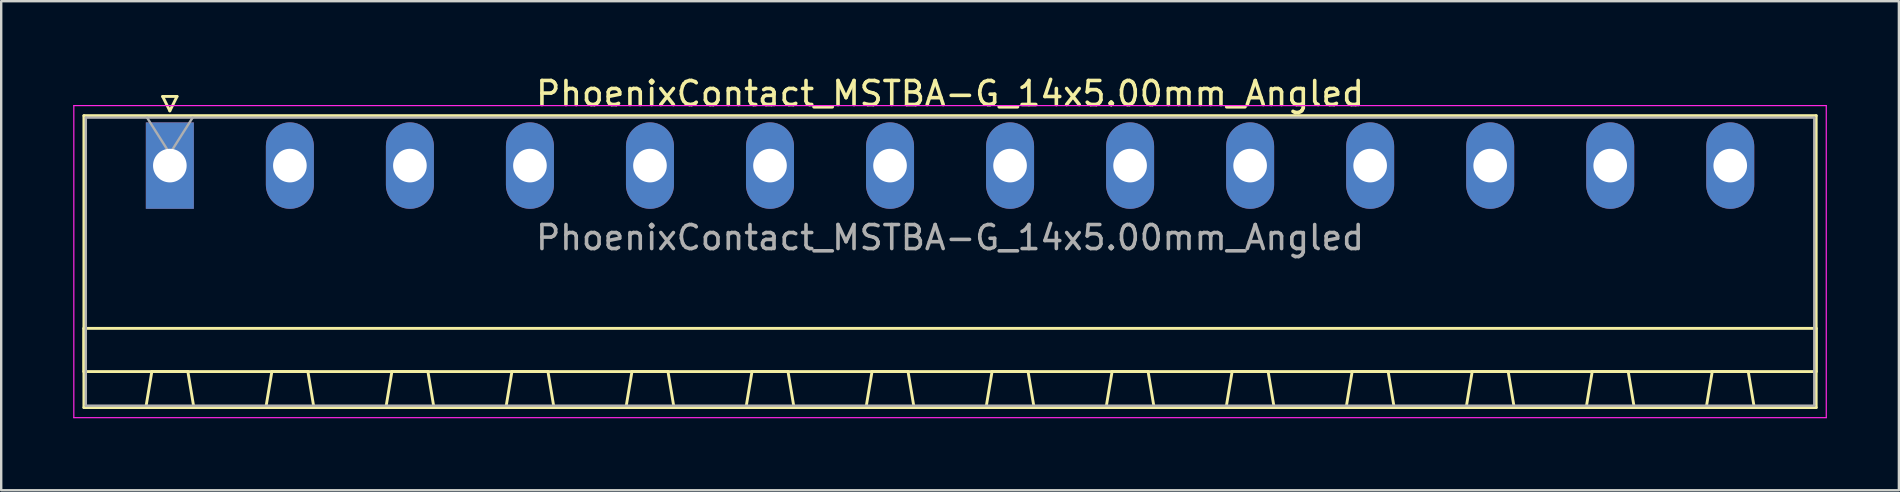
<source format=kicad_pcb>
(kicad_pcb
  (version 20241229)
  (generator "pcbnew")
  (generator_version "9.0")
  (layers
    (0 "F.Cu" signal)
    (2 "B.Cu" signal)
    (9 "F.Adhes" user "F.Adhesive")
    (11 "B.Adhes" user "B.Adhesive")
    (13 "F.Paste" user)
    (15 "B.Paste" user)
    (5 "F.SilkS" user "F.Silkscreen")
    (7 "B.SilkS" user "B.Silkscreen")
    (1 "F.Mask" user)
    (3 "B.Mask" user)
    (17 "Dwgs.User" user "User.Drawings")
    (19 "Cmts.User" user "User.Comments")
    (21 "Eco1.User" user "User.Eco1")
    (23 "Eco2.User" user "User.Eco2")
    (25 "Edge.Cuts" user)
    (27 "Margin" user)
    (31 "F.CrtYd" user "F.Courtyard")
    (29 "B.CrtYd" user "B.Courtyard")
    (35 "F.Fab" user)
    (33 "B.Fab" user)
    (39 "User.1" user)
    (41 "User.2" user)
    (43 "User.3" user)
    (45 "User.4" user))
  (footprint "PhoenixContact_MSTBA-G_14x5.00mm_Angled"
    (layer "F.Cu")
    (at 4.025 3.848)
    (property "Reference" "PhoenixContact_MSTBA-G_14x5.00mm_Angled" (at 32.5 -3 0) (layer "F.SilkS") (effects (font (size 1 1) (thickness 0.15))))
    (attr through_hole)
    (fp_line (start -3.58 -2.08) (end -3.58 10.08) (stroke (width 0.12) (type solid)) (layer "F.SilkS"))
    (fp_line (start -3.58 6.78) (end 68.58 6.78) (stroke (width 0.12) (type solid)) (layer "F.SilkS"))
    (fp_line (start -3.58 8.58) (end -3.58 6.78) (stroke (width 0.12) (type solid)) (layer "F.SilkS"))
    (fp_line (start -3.58 10.08) (end 68.58 10.08) (stroke (width 0.12) (type solid)) (layer "F.SilkS"))
    (fp_line (start -1 10.08) (end 1 10.08) (stroke (width 0.12) (type solid)) (layer "F.SilkS"))
    (fp_line (start -0.75 8.58) (end -1 10.08) (stroke (width 0.12) (type solid)) (layer "F.SilkS"))
    (fp_line (start -0.3 -2.88) (end 0.3 -2.88) (stroke (width 0.12) (type solid)) (layer "F.SilkS"))
    (fp_line (start 0 -2.28) (end -0.3 -2.88) (stroke (width 0.12) (type solid)) (layer "F.SilkS"))
    (fp_line (start 0.3 -2.88) (end 0 -2.28) (stroke (width 0.12) (type solid)) (layer "F.SilkS"))
    (fp_line (start 0.75 8.58) (end -0.75 8.58) (stroke (width 0.12) (type solid)) (layer "F.SilkS"))
    (fp_line (start 1 10.08) (end 0.75 8.58) (stroke (width 0.12) (type solid)) (layer "F.SilkS"))
    (fp_line (start 4 10.08) (end 6 10.08) (stroke (width 0.12) (type solid)) (layer "F.SilkS"))
    (fp_line (start 4.25 8.58) (end 4 10.08) (stroke (width 0.12) (type solid)) (layer "F.SilkS"))
    (fp_line (start 5.75 8.58) (end 4.25 8.58) (stroke (width 0.12) (type solid)) (layer "F.SilkS"))
    (fp_line (start 6 10.08) (end 5.75 8.58) (stroke (width 0.12) (type solid)) (layer "F.SilkS"))
    (fp_line (start 9 10.08) (end 11 10.08) (stroke (width 0.12) (type solid)) (layer "F.SilkS"))
    (fp_line (start 9.25 8.58) (end 9 10.08) (stroke (width 0.12) (type solid)) (layer "F.SilkS"))
    (fp_line (start 10.75 8.58) (end 9.25 8.58) (stroke (width 0.12) (type solid)) (layer "F.SilkS"))
    (fp_line (start 11 10.08) (end 10.75 8.58) (stroke (width 0.12) (type solid)) (layer "F.SilkS"))
    (fp_line (start 14 10.08) (end 16 10.08) (stroke (width 0.12) (type solid)) (layer "F.SilkS"))
    (fp_line (start 14.25 8.58) (end 14 10.08) (stroke (width 0.12) (type solid)) (layer "F.SilkS"))
    (fp_line (start 15.75 8.58) (end 14.25 8.58) (stroke (width 0.12) (type solid)) (layer "F.SilkS"))
    (fp_line (start 16 10.08) (end 15.75 8.58) (stroke (width 0.12) (type solid)) (layer "F.SilkS"))
    (fp_line (start 19 10.08) (end 21 10.08) (stroke (width 0.12) (type solid)) (layer "F.SilkS"))
    (fp_line (start 19.25 8.58) (end 19 10.08) (stroke (width 0.12) (type solid)) (layer "F.SilkS"))
    (fp_line (start 20.75 8.58) (end 19.25 8.58) (stroke (width 0.12) (type solid)) (layer "F.SilkS"))
    (fp_line (start 21 10.08) (end 20.75 8.58) (stroke (width 0.12) (type solid)) (layer "F.SilkS"))
    (fp_line (start 24 10.08) (end 26 10.08) (stroke (width 0.12) (type solid)) (layer "F.SilkS"))
    (fp_line (start 24.25 8.58) (end 24 10.08) (stroke (width 0.12) (type solid)) (layer "F.SilkS"))
    (fp_line (start 25.75 8.58) (end 24.25 8.58) (stroke (width 0.12) (type solid)) (layer "F.SilkS"))
    (fp_line (start 26 10.08) (end 25.75 8.58) (stroke (width 0.12) (type solid)) (layer "F.SilkS"))
    (fp_line (start 29 10.08) (end 31 10.08) (stroke (width 0.12) (type solid)) (layer "F.SilkS"))
    (fp_line (start 29.25 8.58) (end 29 10.08) (stroke (width 0.12) (type solid)) (layer "F.SilkS"))
    (fp_line (start 30.75 8.58) (end 29.25 8.58) (stroke (width 0.12) (type solid)) (layer "F.SilkS"))
    (fp_line (start 31 10.08) (end 30.75 8.58) (stroke (width 0.12) (type solid)) (layer "F.SilkS"))
    (fp_line (start 34 10.08) (end 36 10.08) (stroke (width 0.12) (type solid)) (layer "F.SilkS"))
    (fp_line (start 34.25 8.58) (end 34 10.08) (stroke (width 0.12) (type solid)) (layer "F.SilkS"))
    (fp_line (start 35.75 8.58) (end 34.25 8.58) (stroke (width 0.12) (type solid)) (layer "F.SilkS"))
    (fp_line (start 36 10.08) (end 35.75 8.58) (stroke (width 0.12) (type solid)) (layer "F.SilkS"))
    (fp_line (start 39 10.08) (end 41 10.08) (stroke (width 0.12) (type solid)) (layer "F.SilkS"))
    (fp_line (start 39.25 8.58) (end 39 10.08) (stroke (width 0.12) (type solid)) (layer "F.SilkS"))
    (fp_line (start 40.75 8.58) (end 39.25 8.58) (stroke (width 0.12) (type solid)) (layer "F.SilkS"))
    (fp_line (start 41 10.08) (end 40.75 8.58) (stroke (width 0.12) (type solid)) (layer "F.SilkS"))
    (fp_line (start 44 10.08) (end 46 10.08) (stroke (width 0.12) (type solid)) (layer "F.SilkS"))
    (fp_line (start 44.25 8.58) (end 44 10.08) (stroke (width 0.12) (type solid)) (layer "F.SilkS"))
    (fp_line (start 45.75 8.58) (end 44.25 8.58) (stroke (width 0.12) (type solid)) (layer "F.SilkS"))
    (fp_line (start 46 10.08) (end 45.75 8.58) (stroke (width 0.12) (type solid)) (layer "F.SilkS"))
    (fp_line (start 49 10.08) (end 51 10.08) (stroke (width 0.12) (type solid)) (layer "F.SilkS"))
    (fp_line (start 49.25 8.58) (end 49 10.08) (stroke (width 0.12) (type solid)) (layer "F.SilkS"))
    (fp_line (start 50.75 8.58) (end 49.25 8.58) (stroke (width 0.12) (type solid)) (layer "F.SilkS"))
    (fp_line (start 51 10.08) (end 50.75 8.58) (stroke (width 0.12) (type solid)) (layer "F.SilkS"))
    (fp_line (start 54 10.08) (end 56 10.08) (stroke (width 0.12) (type solid)) (layer "F.SilkS"))
    (fp_line (start 54.25 8.58) (end 54 10.08) (stroke (width 0.12) (type solid)) (layer "F.SilkS"))
    (fp_line (start 55.75 8.58) (end 54.25 8.58) (stroke (width 0.12) (type solid)) (layer "F.SilkS"))
    (fp_line (start 56 10.08) (end 55.75 8.58) (stroke (width 0.12) (type solid)) (layer "F.SilkS"))
    (fp_line (start 59 10.08) (end 61 10.08) (stroke (width 0.12) (type solid)) (layer "F.SilkS"))
    (fp_line (start 59.25 8.58) (end 59 10.08) (stroke (width 0.12) (type solid)) (layer "F.SilkS"))
    (fp_line (start 60.75 8.58) (end 59.25 8.58) (stroke (width 0.12) (type solid)) (layer "F.SilkS"))
    (fp_line (start 61 10.08) (end 60.75 8.58) (stroke (width 0.12) (type solid)) (layer "F.SilkS"))
    (fp_line (start 64 10.08) (end 66 10.08) (stroke (width 0.12) (type solid)) (layer "F.SilkS"))
    (fp_line (start 64.25 8.58) (end 64 10.08) (stroke (width 0.12) (type solid)) (layer "F.SilkS"))
    (fp_line (start 65.75 8.58) (end 64.25 8.58) (stroke (width 0.12) (type solid)) (layer "F.SilkS"))
    (fp_line (start 66 10.08) (end 65.75 8.58) (stroke (width 0.12) (type solid)) (layer "F.SilkS"))
    (fp_line (start 68.58 -2.08) (end -3.58 -2.08) (stroke (width 0.12) (type solid)) (layer "F.SilkS"))
    (fp_line (start 68.58 6.78) (end 68.58 8.58) (stroke (width 0.12) (type solid)) (layer "F.SilkS"))
    (fp_line (start 68.58 8.58) (end -3.58 8.58) (stroke (width 0.12) (type solid)) (layer "F.SilkS"))
    (fp_line (start 68.58 10.08) (end 68.58 -2.08) (stroke (width 0.12) (type solid)) (layer "F.SilkS"))
    (fp_line (start -4 -2.5) (end -4 10.5) (stroke (width 0.05) (type solid)) (layer "F.CrtYd"))
    (fp_line (start -4 10.5) (end 69 10.5) (stroke (width 0.05) (type solid)) (layer "F.CrtYd"))
    (fp_line (start 69 -2.5) (end -4 -2.5) (stroke (width 0.05) (type solid)) (layer "F.CrtYd"))
    (fp_line (start 69 10.5) (end 69 -2.5) (stroke (width 0.05) (type solid)) (layer "F.CrtYd"))
    (fp_line (start -3.5 -2) (end -3.5 10) (stroke (width 0.1) (type solid)) (layer "F.Fab"))
    (fp_line (start -3.5 10) (end 68.5 10) (stroke (width 0.1) (type solid)) (layer "F.Fab"))
    (fp_line (start 0 -0.5) (end -0.95 -2) (stroke (width 0.1) (type solid)) (layer "F.Fab"))
    (fp_line (start 0.95 -2) (end 0 -0.5) (stroke (width 0.1) (type solid)) (layer "F.Fab"))
    (fp_line (start 68.5 -2) (end -3.5 -2) (stroke (width 0.1) (type solid)) (layer "F.Fab"))
    (fp_line (start 68.5 10) (end 68.5 -2) (stroke (width 0.1) (type solid)) (layer "F.Fab"))
    (fp_text user "${REFERENCE}" (at 32.5 3 0) (layer "F.Fab") (effects (font (size 1 1) (thickness 0.15))))
    (pad "1" thru_hole rect (at 0 0) (size 2 3.6) (drill 1.4) (layers "*.Cu" "*.Mask"))
    (pad "2" thru_hole oval (at 5 0) (size 2 3.6) (drill 1.4) (layers "*.Cu" "*.Mask"))
    (pad "3" thru_hole oval (at 10 0) (size 2 3.6) (drill 1.4) (layers "*.Cu" "*.Mask"))
    (pad "4" thru_hole oval (at 15 0) (size 2 3.6) (drill 1.4) (layers "*.Cu" "*.Mask"))
    (pad "5" thru_hole oval (at 20 0) (size 2 3.6) (drill 1.4) (layers "*.Cu" "*.Mask"))
    (pad "6" thru_hole oval (at 25 0) (size 2 3.6) (drill 1.4) (layers "*.Cu" "*.Mask"))
    (pad "7" thru_hole oval (at 30 0) (size 2 3.6) (drill 1.4) (layers "*.Cu" "*.Mask"))
    (pad "8" thru_hole oval (at 35 0) (size 2 3.6) (drill 1.4) (layers "*.Cu" "*.Mask"))
    (pad "9" thru_hole oval (at 40 0) (size 2 3.6) (drill 1.4) (layers "*.Cu" "*.Mask"))
    (pad "10" thru_hole oval (at 45 0) (size 2 3.6) (drill 1.4) (layers "*.Cu" "*.Mask"))
    (pad "11" thru_hole oval (at 50 0) (size 2 3.6) (drill 1.4) (layers "*.Cu" "*.Mask"))
    (pad "12" thru_hole oval (at 55 0) (size 2 3.6) (drill 1.4) (layers "*.Cu" "*.Mask"))
    (pad "13" thru_hole oval (at 60 0) (size 2 3.6) (drill 1.4) (layers "*.Cu" "*.Mask"))
    (pad "14" thru_hole oval (at 65 0) (size 2 3.6) (drill 1.4) (layers "*.Cu" "*.Mask")))
  (gr_rect
    (start -3 -3)
    (end 76.05 17.373)
    (stroke (width 0.1) (type default))
    (fill no)
    (layer "Edge.Cuts")))
</source>
